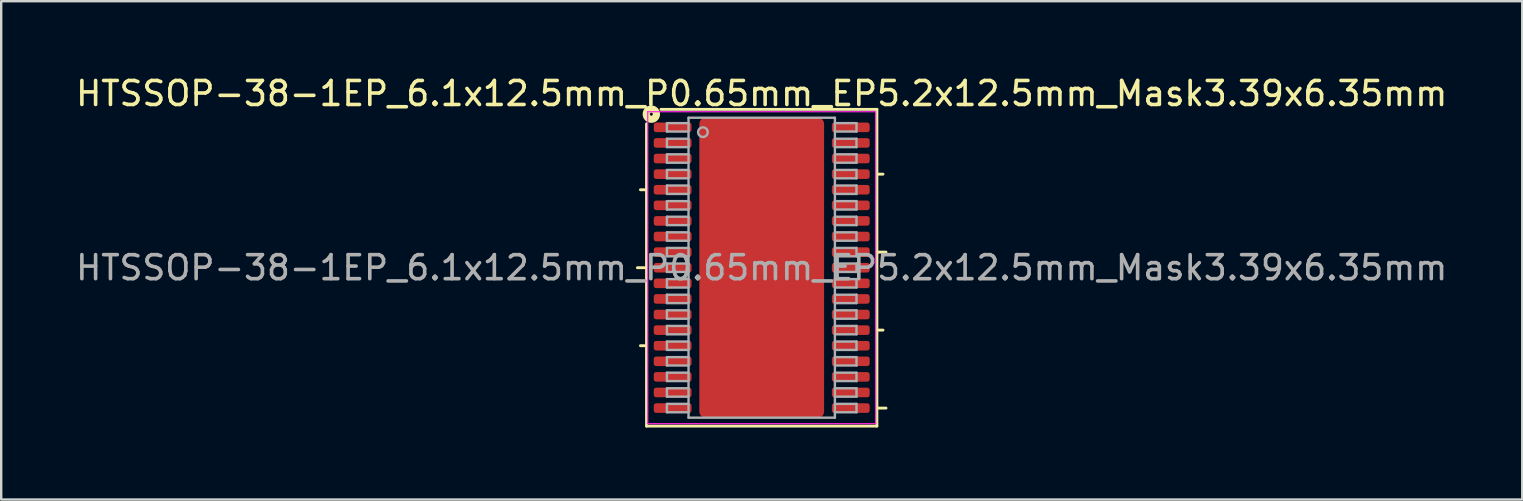
<source format=kicad_pcb>
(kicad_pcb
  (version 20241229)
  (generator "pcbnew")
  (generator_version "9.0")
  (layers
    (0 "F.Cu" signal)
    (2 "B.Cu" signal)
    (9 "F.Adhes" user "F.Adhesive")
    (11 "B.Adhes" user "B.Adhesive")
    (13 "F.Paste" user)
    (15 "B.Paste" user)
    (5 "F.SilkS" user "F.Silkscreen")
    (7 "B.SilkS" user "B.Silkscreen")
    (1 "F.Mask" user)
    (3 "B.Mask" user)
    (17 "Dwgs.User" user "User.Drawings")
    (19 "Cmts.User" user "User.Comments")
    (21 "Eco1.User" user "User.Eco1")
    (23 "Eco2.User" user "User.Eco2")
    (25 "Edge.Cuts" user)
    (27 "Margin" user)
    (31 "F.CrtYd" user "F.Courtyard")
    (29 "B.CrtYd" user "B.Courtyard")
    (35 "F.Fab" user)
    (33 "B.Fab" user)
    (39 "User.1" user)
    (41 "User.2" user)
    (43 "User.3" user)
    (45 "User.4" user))
  (footprint "HTSSOP-38-1EP_6.1x12.5mm_P0.65mm_EP5.2x12.5mm_Mask3.39x6.35mm"
    (layer "F.Cu")
    (at 28.696 8.108)
    (property "Reference" "HTSSOP-38-1EP_6.1x12.5mm_P0.65mm_EP5.2x12.5mm_Mask3.39x6.35mm" (at 0 -7.26 0) (layer "F.SilkS") (effects (font (size 1 1) (thickness 0.15))))
    (attr smd)
    (fp_line (start -4.8 -3.25) (end -5.054 -3.25) (stroke (width 0.12) (type solid)) (layer "F.SilkS"))
    (fp_line (start -4.8 0) (end -5.181 0) (stroke (width 0.12) (type solid)) (layer "F.SilkS"))
    (fp_line (start -4.8 3.25) (end -5.054 3.25) (stroke (width 0.12) (type solid)) (layer "F.SilkS"))
    (fp_line (start -4.8 6.6) (end -4.8 -6) (stroke (width 0.12) (type solid)) (layer "F.SilkS"))
    (fp_line (start -4.2 -6.6) (end 4.8 -6.6) (stroke (width 0.12) (type solid)) (layer "F.SilkS"))
    (fp_line (start 4.8 -6.6) (end 4.8 6.6) (stroke (width 0.12) (type solid)) (layer "F.SilkS"))
    (fp_line (start 4.8 -3.9) (end 5.054 -3.9) (stroke (width 0.12) (type solid)) (layer "F.SilkS"))
    (fp_line (start 4.8 -0.65) (end 5.181 -0.65) (stroke (width 0.12) (type solid)) (layer "F.SilkS"))
    (fp_line (start 4.8 2.6) (end 5.054 2.6) (stroke (width 0.12) (type solid)) (layer "F.SilkS"))
    (fp_line (start 4.8 5.85) (end 5.181 5.85) (stroke (width 0.12) (type solid)) (layer "F.SilkS"))
    (fp_line (start 4.8 6.6) (end -4.8 6.6) (stroke (width 0.12) (type solid)) (layer "F.SilkS"))
    (fp_circle (center -4.6 -6.4) (end -4.537 -6.4) (stroke (width 0.3) (type solid)) (fill no) (layer "F.SilkS"))
    (fp_line (start -4.75 -6.5) (end -4.75 6.5) (stroke (width 0.05) (type solid)) (layer "F.CrtYd"))
    (fp_line (start -4.75 6.5) (end 4.75 6.5) (stroke (width 0.05) (type solid)) (layer "F.CrtYd"))
    (fp_line (start 4.75 -6.5) (end -4.75 -6.5) (stroke (width 0.05) (type solid)) (layer "F.CrtYd"))
    (fp_line (start 4.75 6.5) (end 4.75 -6.5) (stroke (width 0.05) (type solid)) (layer "F.CrtYd"))
    (fp_line (start -3.95 -6.025) (end -3.95 -5.675) (stroke (width 0.1) (type solid)) (layer "F.Fab"))
    (fp_line (start -3.95 -6.025) (end -3.05 -6.025) (stroke (width 0.1) (type solid)) (layer "F.Fab"))
    (fp_line (start -3.95 -5.675) (end -3.05 -5.675) (stroke (width 0.1) (type solid)) (layer "F.Fab"))
    (fp_line (start -3.95 -5.375) (end -3.95 -5.025) (stroke (width 0.1) (type solid)) (layer "F.Fab"))
    (fp_line (start -3.95 -5.375) (end -3.05 -5.375) (stroke (width 0.1) (type solid)) (layer "F.Fab"))
    (fp_line (start -3.95 -5.025) (end -3.05 -5.025) (stroke (width 0.1) (type solid)) (layer "F.Fab"))
    (fp_line (start -3.95 -4.725) (end -3.95 -4.375) (stroke (width 0.1) (type solid)) (layer "F.Fab"))
    (fp_line (start -3.95 -4.725) (end -3.05 -4.725) (stroke (width 0.1) (type solid)) (layer "F.Fab"))
    (fp_line (start -3.95 -4.375) (end -3.05 -4.375) (stroke (width 0.1) (type solid)) (layer "F.Fab"))
    (fp_line (start -3.95 -4.075) (end -3.95 -3.725) (stroke (width 0.1) (type solid)) (layer "F.Fab"))
    (fp_line (start -3.95 -4.075) (end -3.05 -4.075) (stroke (width 0.1) (type solid)) (layer "F.Fab"))
    (fp_line (start -3.95 -3.725) (end -3.05 -3.725) (stroke (width 0.1) (type solid)) (layer "F.Fab"))
    (fp_line (start -3.95 -3.425) (end -3.95 -3.075) (stroke (width 0.1) (type solid)) (layer "F.Fab"))
    (fp_line (start -3.95 -3.425) (end -3.05 -3.425) (stroke (width 0.1) (type solid)) (layer "F.Fab"))
    (fp_line (start -3.95 -3.075) (end -3.05 -3.075) (stroke (width 0.1) (type solid)) (layer "F.Fab"))
    (fp_line (start -3.95 -2.775) (end -3.95 -2.425) (stroke (width 0.1) (type solid)) (layer "F.Fab"))
    (fp_line (start -3.95 -2.775) (end -3.05 -2.775) (stroke (width 0.1) (type solid)) (layer "F.Fab"))
    (fp_line (start -3.95 -2.425) (end -3.05 -2.425) (stroke (width 0.1) (type solid)) (layer "F.Fab"))
    (fp_line (start -3.95 -2.125) (end -3.95 -1.775) (stroke (width 0.1) (type solid)) (layer "F.Fab"))
    (fp_line (start -3.95 -2.125) (end -3.05 -2.125) (stroke (width 0.1) (type solid)) (layer "F.Fab"))
    (fp_line (start -3.95 -1.775) (end -3.05 -1.775) (stroke (width 0.1) (type solid)) (layer "F.Fab"))
    (fp_line (start -3.95 -1.475) (end -3.95 -1.125) (stroke (width 0.1) (type solid)) (layer "F.Fab"))
    (fp_line (start -3.95 -1.475) (end -3.05 -1.475) (stroke (width 0.1) (type solid)) (layer "F.Fab"))
    (fp_line (start -3.95 -1.125) (end -3.05 -1.125) (stroke (width 0.1) (type solid)) (layer "F.Fab"))
    (fp_line (start -3.95 -0.825) (end -3.95 -0.475) (stroke (width 0.1) (type solid)) (layer "F.Fab"))
    (fp_line (start -3.95 -0.825) (end -3.05 -0.825) (stroke (width 0.1) (type solid)) (layer "F.Fab"))
    (fp_line (start -3.95 -0.475) (end -3.05 -0.475) (stroke (width 0.1) (type solid)) (layer "F.Fab"))
    (fp_line (start -3.95 -0.175) (end -3.95 0.175) (stroke (width 0.1) (type solid)) (layer "F.Fab"))
    (fp_line (start -3.95 -0.175) (end -3.05 -0.175) (stroke (width 0.1) (type solid)) (layer "F.Fab"))
    (fp_line (start -3.95 0.175) (end -3.05 0.175) (stroke (width 0.1) (type solid)) (layer "F.Fab"))
    (fp_line (start -3.95 0.475) (end -3.95 0.825) (stroke (width 0.1) (type solid)) (layer "F.Fab"))
    (fp_line (start -3.95 0.475) (end -3.05 0.475) (stroke (width 0.1) (type solid)) (layer "F.Fab"))
    (fp_line (start -3.95 0.825) (end -3.05 0.825) (stroke (width 0.1) (type solid)) (layer "F.Fab"))
    (fp_line (start -3.95 1.125) (end -3.95 1.475) (stroke (width 0.1) (type solid)) (layer "F.Fab"))
    (fp_line (start -3.95 1.125) (end -3.05 1.125) (stroke (width 0.1) (type solid)) (layer "F.Fab"))
    (fp_line (start -3.95 1.475) (end -3.05 1.475) (stroke (width 0.1) (type solid)) (layer "F.Fab"))
    (fp_line (start -3.95 1.775) (end -3.95 2.125) (stroke (width 0.1) (type solid)) (layer "F.Fab"))
    (fp_line (start -3.95 1.775) (end -3.05 1.775) (stroke (width 0.1) (type solid)) (layer "F.Fab"))
    (fp_line (start -3.95 2.125) (end -3.05 2.125) (stroke (width 0.1) (type solid)) (layer "F.Fab"))
    (fp_line (start -3.95 2.425) (end -3.95 2.775) (stroke (width 0.1) (type solid)) (layer "F.Fab"))
    (fp_line (start -3.95 2.425) (end -3.05 2.425) (stroke (width 0.1) (type solid)) (layer "F.Fab"))
    (fp_line (start -3.95 2.775) (end -3.05 2.775) (stroke (width 0.1) (type solid)) (layer "F.Fab"))
    (fp_line (start -3.95 3.075) (end -3.95 3.425) (stroke (width 0.1) (type solid)) (layer "F.Fab"))
    (fp_line (start -3.95 3.075) (end -3.05 3.075) (stroke (width 0.1) (type solid)) (layer "F.Fab"))
    (fp_line (start -3.95 3.425) (end -3.05 3.425) (stroke (width 0.1) (type solid)) (layer "F.Fab"))
    (fp_line (start -3.95 3.725) (end -3.95 4.075) (stroke (width 0.1) (type solid)) (layer "F.Fab"))
    (fp_line (start -3.95 3.725) (end -3.05 3.725) (stroke (width 0.1) (type solid)) (layer "F.Fab"))
    (fp_line (start -3.95 4.075) (end -3.05 4.075) (stroke (width 0.1) (type solid)) (layer "F.Fab"))
    (fp_line (start -3.95 4.375) (end -3.95 4.725) (stroke (width 0.1) (type solid)) (layer "F.Fab"))
    (fp_line (start -3.95 4.375) (end -3.05 4.375) (stroke (width 0.1) (type solid)) (layer "F.Fab"))
    (fp_line (start -3.95 4.725) (end -3.05 4.725) (stroke (width 0.1) (type solid)) (layer "F.Fab"))
    (fp_line (start -3.95 5.025) (end -3.95 5.375) (stroke (width 0.1) (type solid)) (layer "F.Fab"))
    (fp_line (start -3.95 5.025) (end -3.05 5.025) (stroke (width 0.1) (type solid)) (layer "F.Fab"))
    (fp_line (start -3.95 5.375) (end -3.05 5.375) (stroke (width 0.1) (type solid)) (layer "F.Fab"))
    (fp_line (start -3.95 5.675) (end -3.95 6.025) (stroke (width 0.1) (type solid)) (layer "F.Fab"))
    (fp_line (start -3.95 5.675) (end -3.05 5.675) (stroke (width 0.1) (type solid)) (layer "F.Fab"))
    (fp_line (start -3.95 6.025) (end -3.05 6.025) (stroke (width 0.1) (type solid)) (layer "F.Fab"))
    (fp_line (start -3.05 -6.25) (end 3.05 -6.25) (stroke (width 0.1) (type solid)) (layer "F.Fab"))
    (fp_line (start -3.05 6.25) (end -3.05 -6.25) (stroke (width 0.1) (type solid)) (layer "F.Fab"))
    (fp_line (start 3.05 -6.25) (end 3.05 6.25) (stroke (width 0.1) (type solid)) (layer "F.Fab"))
    (fp_line (start 3.05 6.25) (end -3.05 6.25) (stroke (width 0.1) (type solid)) (layer "F.Fab"))
    (fp_line (start 3.95 -6.025) (end 3.05 -6.025) (stroke (width 0.1) (type solid)) (layer "F.Fab"))
    (fp_line (start 3.95 -5.675) (end 3.05 -5.675) (stroke (width 0.1) (type solid)) (layer "F.Fab"))
    (fp_line (start 3.95 -5.675) (end 3.95 -6.025) (stroke (width 0.1) (type solid)) (layer "F.Fab"))
    (fp_line (start 3.95 -5.375) (end 3.05 -5.375) (stroke (width 0.1) (type solid)) (layer "F.Fab"))
    (fp_line (start 3.95 -5.025) (end 3.05 -5.025) (stroke (width 0.1) (type solid)) (layer "F.Fab"))
    (fp_line (start 3.95 -5.025) (end 3.95 -5.375) (stroke (width 0.1) (type solid)) (layer "F.Fab"))
    (fp_line (start 3.95 -4.725) (end 3.05 -4.725) (stroke (width 0.1) (type solid)) (layer "F.Fab"))
    (fp_line (start 3.95 -4.375) (end 3.05 -4.375) (stroke (width 0.1) (type solid)) (layer "F.Fab"))
    (fp_line (start 3.95 -4.375) (end 3.95 -4.725) (stroke (width 0.1) (type solid)) (layer "F.Fab"))
    (fp_line (start 3.95 -4.075) (end 3.05 -4.075) (stroke (width 0.1) (type solid)) (layer "F.Fab"))
    (fp_line (start 3.95 -3.725) (end 3.05 -3.725) (stroke (width 0.1) (type solid)) (layer "F.Fab"))
    (fp_line (start 3.95 -3.725) (end 3.95 -4.075) (stroke (width 0.1) (type solid)) (layer "F.Fab"))
    (fp_line (start 3.95 -3.425) (end 3.05 -3.425) (stroke (width 0.1) (type solid)) (layer "F.Fab"))
    (fp_line (start 3.95 -3.075) (end 3.05 -3.075) (stroke (width 0.1) (type solid)) (layer "F.Fab"))
    (fp_line (start 3.95 -3.075) (end 3.95 -3.425) (stroke (width 0.1) (type solid)) (layer "F.Fab"))
    (fp_line (start 3.95 -2.775) (end 3.05 -2.775) (stroke (width 0.1) (type solid)) (layer "F.Fab"))
    (fp_line (start 3.95 -2.425) (end 3.05 -2.425) (stroke (width 0.1) (type solid)) (layer "F.Fab"))
    (fp_line (start 3.95 -2.425) (end 3.95 -2.775) (stroke (width 0.1) (type solid)) (layer "F.Fab"))
    (fp_line (start 3.95 -2.125) (end 3.05 -2.125) (stroke (width 0.1) (type solid)) (layer "F.Fab"))
    (fp_line (start 3.95 -1.775) (end 3.05 -1.775) (stroke (width 0.1) (type solid)) (layer "F.Fab"))
    (fp_line (start 3.95 -1.775) (end 3.95 -2.125) (stroke (width 0.1) (type solid)) (layer "F.Fab"))
    (fp_line (start 3.95 -1.475) (end 3.05 -1.475) (stroke (width 0.1) (type solid)) (layer "F.Fab"))
    (fp_line (start 3.95 -1.125) (end 3.05 -1.125) (stroke (width 0.1) (type solid)) (layer "F.Fab"))
    (fp_line (start 3.95 -1.125) (end 3.95 -1.475) (stroke (width 0.1) (type solid)) (layer "F.Fab"))
    (fp_line (start 3.95 -0.825) (end 3.05 -0.825) (stroke (width 0.1) (type solid)) (layer "F.Fab"))
    (fp_line (start 3.95 -0.475) (end 3.05 -0.475) (stroke (width 0.1) (type solid)) (layer "F.Fab"))
    (fp_line (start 3.95 -0.475) (end 3.95 -0.825) (stroke (width 0.1) (type solid)) (layer "F.Fab"))
    (fp_line (start 3.95 -0.175) (end 3.05 -0.175) (stroke (width 0.1) (type solid)) (layer "F.Fab"))
    (fp_line (start 3.95 0.175) (end 3.05 0.175) (stroke (width 0.1) (type solid)) (layer "F.Fab"))
    (fp_line (start 3.95 0.175) (end 3.95 -0.175) (stroke (width 0.1) (type solid)) (layer "F.Fab"))
    (fp_line (start 3.95 0.475) (end 3.05 0.475) (stroke (width 0.1) (type solid)) (layer "F.Fab"))
    (fp_line (start 3.95 0.825) (end 3.05 0.825) (stroke (width 0.1) (type solid)) (layer "F.Fab"))
    (fp_line (start 3.95 0.825) (end 3.95 0.475) (stroke (width 0.1) (type solid)) (layer "F.Fab"))
    (fp_line (start 3.95 1.125) (end 3.05 1.125) (stroke (width 0.1) (type solid)) (layer "F.Fab"))
    (fp_line (start 3.95 1.475) (end 3.05 1.475) (stroke (width 0.1) (type solid)) (layer "F.Fab"))
    (fp_line (start 3.95 1.475) (end 3.95 1.125) (stroke (width 0.1) (type solid)) (layer "F.Fab"))
    (fp_line (start 3.95 1.775) (end 3.05 1.775) (stroke (width 0.1) (type solid)) (layer "F.Fab"))
    (fp_line (start 3.95 2.125) (end 3.05 2.125) (stroke (width 0.1) (type solid)) (layer "F.Fab"))
    (fp_line (start 3.95 2.125) (end 3.95 1.775) (stroke (width 0.1) (type solid)) (layer "F.Fab"))
    (fp_line (start 3.95 2.425) (end 3.05 2.425) (stroke (width 0.1) (type solid)) (layer "F.Fab"))
    (fp_line (start 3.95 2.775) (end 3.05 2.775) (stroke (width 0.1) (type solid)) (layer "F.Fab"))
    (fp_line (start 3.95 2.775) (end 3.95 2.425) (stroke (width 0.1) (type solid)) (layer "F.Fab"))
    (fp_line (start 3.95 3.075) (end 3.05 3.075) (stroke (width 0.1) (type solid)) (layer "F.Fab"))
    (fp_line (start 3.95 3.425) (end 3.05 3.425) (stroke (width 0.1) (type solid)) (layer "F.Fab"))
    (fp_line (start 3.95 3.425) (end 3.95 3.075) (stroke (width 0.1) (type solid)) (layer "F.Fab"))
    (fp_line (start 3.95 3.725) (end 3.05 3.725) (stroke (width 0.1) (type solid)) (layer "F.Fab"))
    (fp_line (start 3.95 4.075) (end 3.05 4.075) (stroke (width 0.1) (type solid)) (layer "F.Fab"))
    (fp_line (start 3.95 4.075) (end 3.95 3.725) (stroke (width 0.1) (type solid)) (layer "F.Fab"))
    (fp_line (start 3.95 4.375) (end 3.05 4.375) (stroke (width 0.1) (type solid)) (layer "F.Fab"))
    (fp_line (start 3.95 4.725) (end 3.05 4.725) (stroke (width 0.1) (type solid)) (layer "F.Fab"))
    (fp_line (start 3.95 4.725) (end 3.95 4.375) (stroke (width 0.1) (type solid)) (layer "F.Fab"))
    (fp_line (start 3.95 5.025) (end 3.05 5.025) (stroke (width 0.1) (type solid)) (layer "F.Fab"))
    (fp_line (start 3.95 5.375) (end 3.05 5.375) (stroke (width 0.1) (type solid)) (layer "F.Fab"))
    (fp_line (start 3.95 5.375) (end 3.95 5.025) (stroke (width 0.1) (type solid)) (layer "F.Fab"))
    (fp_line (start 3.95 5.675) (end 3.05 5.675) (stroke (width 0.1) (type solid)) (layer "F.Fab"))
    (fp_line (start 3.95 6.025) (end 3.05 6.025) (stroke (width 0.1) (type solid)) (layer "F.Fab"))
    (fp_line (start 3.95 6.025) (end 3.95 5.675) (stroke (width 0.1) (type solid)) (layer "F.Fab"))
    (fp_circle (center -2.45 -5.65) (end -2.25 -5.65) (stroke (width 0.1) (type solid)) (fill no) (layer "F.Fab"))
    (fp_text user "${REFERENCE}" (at 0 0 0) (layer "F.Fab") (effects (font (size 1 1) (thickness 0.15))))
    (pad "" smd roundrect (at -0.85 -2.12) (size 1.37 1.71) (layers "F.Paste") (roundrect_rratio 0.182))
    (pad "" smd roundrect (at -0.85 0) (size 1.37 1.71) (layers "F.Paste") (roundrect_rratio 0.182))
    (pad "" smd roundrect (at -0.85 2.12) (size 1.37 1.71) (layers "F.Paste") (roundrect_rratio 0.182))
    (pad "" smd roundrect (at 0 0) (size 3.39 6.35) (layers "F.Mask") (roundrect_rratio 0.074))
    (pad "" smd roundrect (at 0.85 -2.12) (size 1.37 1.71) (layers "F.Paste") (roundrect_rratio 0.182))
    (pad "" smd roundrect (at 0.85 0) (size 1.37 1.71) (layers "F.Paste") (roundrect_rratio 0.182))
    (pad "" smd roundrect (at 0.85 2.12) (size 1.37 1.71) (layers "F.Paste") (roundrect_rratio 0.182))
    (pad "1" smd roundrect (at -3.712 -5.85) (size 1.575 0.4) (layers "F.Cu" "F.Mask" "F.Paste") (roundrect_rratio 0.25))
    (pad "2" smd roundrect (at -3.712 -5.2) (size 1.575 0.4) (layers "F.Cu" "F.Mask" "F.Paste") (roundrect_rratio 0.25))
    (pad "3" smd roundrect (at -3.712 -4.55) (size 1.575 0.4) (layers "F.Cu" "F.Mask" "F.Paste") (roundrect_rratio 0.25))
    (pad "4" smd roundrect (at -3.712 -3.9) (size 1.575 0.4) (layers "F.Cu" "F.Mask" "F.Paste") (roundrect_rratio 0.25))
    (pad "5" smd roundrect (at -3.712 -3.25) (size 1.575 0.4) (layers "F.Cu" "F.Mask" "F.Paste") (roundrect_rratio 0.25))
    (pad "6" smd roundrect (at -3.712 -2.6) (size 1.575 0.4) (layers "F.Cu" "F.Mask" "F.Paste") (roundrect_rratio 0.25))
    (pad "7" smd roundrect (at -3.712 -1.95) (size 1.575 0.4) (layers "F.Cu" "F.Mask" "F.Paste") (roundrect_rratio 0.25))
    (pad "8" smd roundrect (at -3.712 -1.3) (size 1.575 0.4) (layers "F.Cu" "F.Mask" "F.Paste") (roundrect_rratio 0.25))
    (pad "9" smd roundrect (at -3.712 -0.65) (size 1.575 0.4) (layers "F.Cu" "F.Mask" "F.Paste") (roundrect_rratio 0.25))
    (pad "10" smd roundrect (at -3.712 0) (size 1.575 0.4) (layers "F.Cu" "F.Mask" "F.Paste") (roundrect_rratio 0.25))
    (pad "11" smd roundrect (at -3.712 0.65) (size 1.575 0.4) (layers "F.Cu" "F.Mask" "F.Paste") (roundrect_rratio 0.25))
    (pad "12" smd roundrect (at -3.712 1.3) (size 1.575 0.4) (layers "F.Cu" "F.Mask" "F.Paste") (roundrect_rratio 0.25))
    (pad "13" smd roundrect (at -3.712 1.95) (size 1.575 0.4) (layers "F.Cu" "F.Mask" "F.Paste") (roundrect_rratio 0.25))
    (pad "14" smd roundrect (at -3.712 2.6) (size 1.575 0.4) (layers "F.Cu" "F.Mask" "F.Paste") (roundrect_rratio 0.25))
    (pad "15" smd roundrect (at -3.712 3.25) (size 1.575 0.4) (layers "F.Cu" "F.Mask" "F.Paste") (roundrect_rratio 0.25))
    (pad "16" smd roundrect (at -3.712 3.9) (size 1.575 0.4) (layers "F.Cu" "F.Mask" "F.Paste") (roundrect_rratio 0.25))
    (pad "17" smd roundrect (at -3.712 4.55) (size 1.575 0.4) (layers "F.Cu" "F.Mask" "F.Paste") (roundrect_rratio 0.25))
    (pad "18" smd roundrect (at -3.712 5.2) (size 1.575 0.4) (layers "F.Cu" "F.Mask" "F.Paste") (roundrect_rratio 0.25))
    (pad "19" smd roundrect (at -3.712 5.85) (size 1.575 0.4) (layers "F.Cu" "F.Mask" "F.Paste") (roundrect_rratio 0.25))
    (pad "20" smd roundrect (at 3.712 5.85) (size 1.575 0.4) (layers "F.Cu" "F.Mask" "F.Paste") (roundrect_rratio 0.25))
    (pad "21" smd roundrect (at 3.712 5.2) (size 1.575 0.4) (layers "F.Cu" "F.Mask" "F.Paste") (roundrect_rratio 0.25))
    (pad "22" smd roundrect (at 3.712 4.55) (size 1.575 0.4) (layers "F.Cu" "F.Mask" "F.Paste") (roundrect_rratio 0.25))
    (pad "23" smd roundrect (at 3.712 3.9) (size 1.575 0.4) (layers "F.Cu" "F.Mask" "F.Paste") (roundrect_rratio 0.25))
    (pad "24" smd roundrect (at 3.712 3.25) (size 1.575 0.4) (layers "F.Cu" "F.Mask" "F.Paste") (roundrect_rratio 0.25))
    (pad "25" smd roundrect (at 3.712 2.6) (size 1.575 0.4) (layers "F.Cu" "F.Mask" "F.Paste") (roundrect_rratio 0.25))
    (pad "26" smd roundrect (at 3.712 1.95) (size 1.575 0.4) (layers "F.Cu" "F.Mask" "F.Paste") (roundrect_rratio 0.25))
    (pad "27" smd roundrect (at 3.712 1.3) (size 1.575 0.4) (layers "F.Cu" "F.Mask" "F.Paste") (roundrect_rratio 0.25))
    (pad "28" smd roundrect (at 3.712 0.65) (size 1.575 0.4) (layers "F.Cu" "F.Mask" "F.Paste") (roundrect_rratio 0.25))
    (pad "29" smd roundrect (at 3.712 0) (size 1.575 0.4) (layers "F.Cu" "F.Mask" "F.Paste") (roundrect_rratio 0.25))
    (pad "30" smd roundrect (at 3.712 -0.65) (size 1.575 0.4) (layers "F.Cu" "F.Mask" "F.Paste") (roundrect_rratio 0.25))
    (pad "31" smd roundrect (at 3.712 -1.3) (size 1.575 0.4) (layers "F.Cu" "F.Mask" "F.Paste") (roundrect_rratio 0.25))
    (pad "32" smd roundrect (at 3.712 -1.95) (size 1.575 0.4) (layers "F.Cu" "F.Mask" "F.Paste") (roundrect_rratio 0.25))
    (pad "33" smd roundrect (at 3.712 -2.6) (size 1.575 0.4) (layers "F.Cu" "F.Mask" "F.Paste") (roundrect_rratio 0.25))
    (pad "34" smd roundrect (at 3.712 -3.25) (size 1.575 0.4) (layers "F.Cu" "F.Mask" "F.Paste") (roundrect_rratio 0.25))
    (pad "35" smd roundrect (at 3.712 -3.9) (size 1.575 0.4) (layers "F.Cu" "F.Mask" "F.Paste") (roundrect_rratio 0.25))
    (pad "36" smd roundrect (at 3.712 -4.55) (size 1.575 0.4) (layers "F.Cu" "F.Mask" "F.Paste") (roundrect_rratio 0.25))
    (pad "37" smd roundrect (at 3.712 -5.2) (size 1.575 0.4) (layers "F.Cu" "F.Mask" "F.Paste") (roundrect_rratio 0.25))
    (pad "38" smd roundrect (at 3.712 -5.85) (size 1.575 0.4) (layers "F.Cu" "F.Mask" "F.Paste") (roundrect_rratio 0.25))
    (pad "39" smd roundrect (at 0 0) (size 5.2 12.5) (layers "F.Cu") (roundrect_rratio 0.048)))
  (gr_rect
    (start -3 -3)
    (end 60.393 17.768)
    (stroke (width 0.1) (type default))
    (fill no)
    (layer "Edge.Cuts")))
</source>
